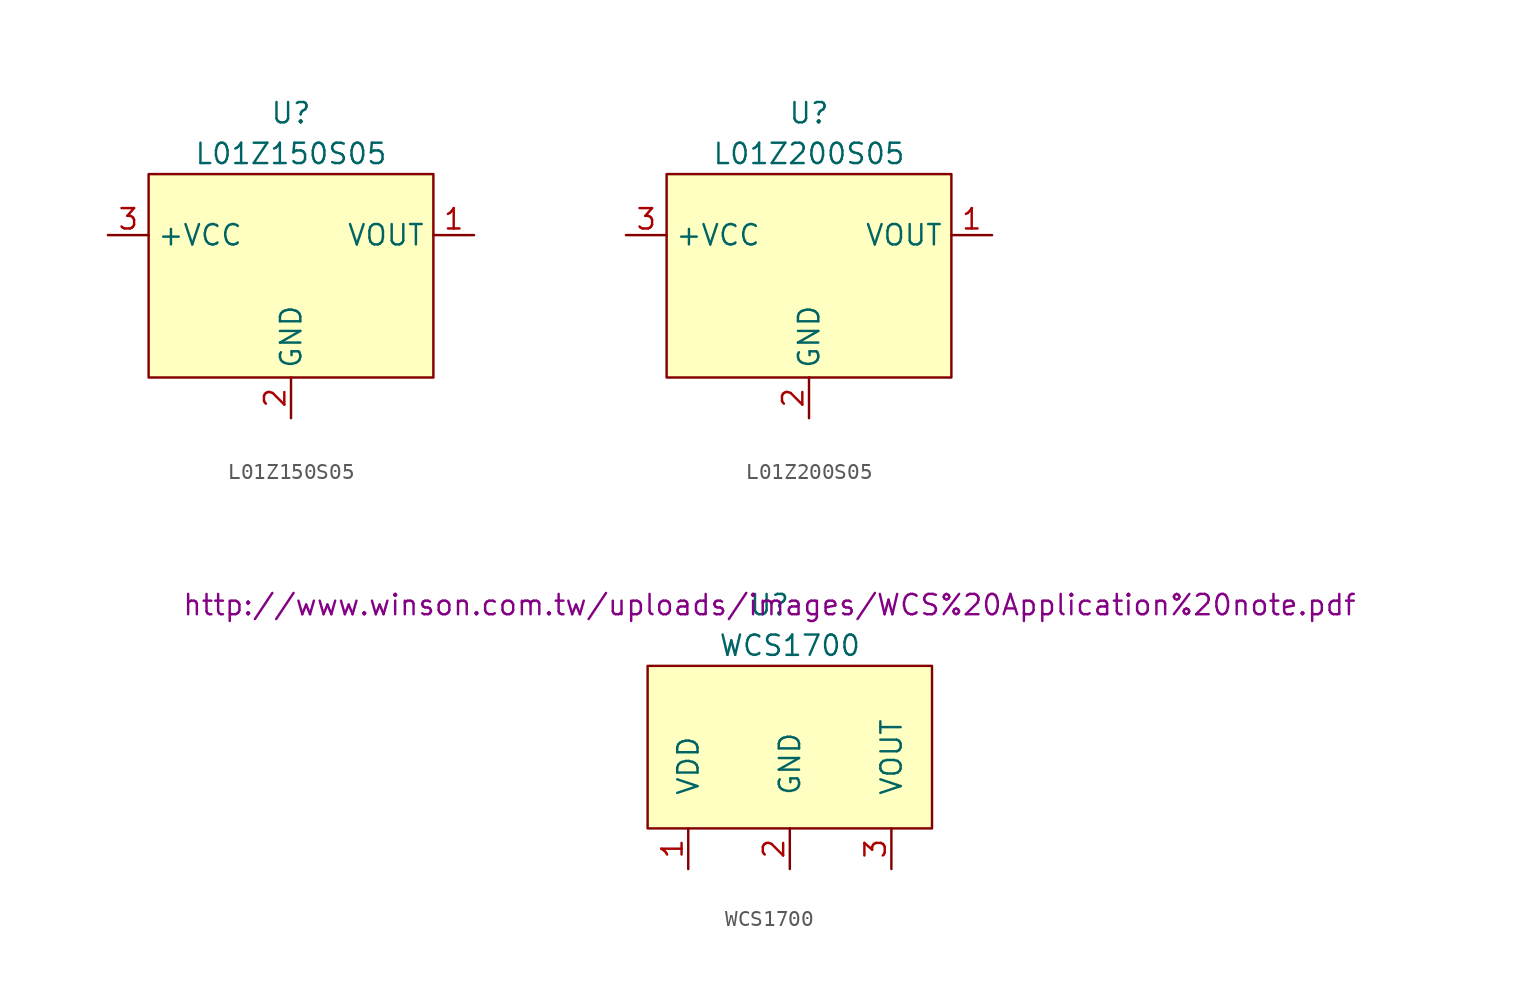
<source format=kicad_sym>
(kicad_symbol_lib
  (version 20211014)
  (generator kicad_symbol_editor)
  (symbol "L01Z150S05"
    (property "Reference" "U"
      (at 0 2.54 0)
      (effects (font (size 1.27 1.27))))
    (property "Value" "L01Z150S05"
      (at 0 0 0)
      (effects (font (size 1.27 1.27))))
    (symbol "L01Z150S05_0_1"
      (rectangle (start -8.89 -1.27) (end 8.89 -13.97) (stroke (width 0) (type default) (color 0 0 0 0)) (fill (type background))))
    (symbol "L01Z150S05_1_1"
      (pin output line (at 11.43 -5.08 180) (length 2.54) (name "VOUT" (effects (font (size 1.27 1.27)))) (number "1" (effects (font (size 1.27 1.27)))))
      (pin power_in line (at 0 -16.51 90) (length 2.54) (name "GND" (effects (font (size 1.27 1.27)))) (number "2" (effects (font (size 1.27 1.27)))))
      (pin power_in line (at -11.43 -5.08 0) (length 2.54) (name "+VCC" (effects (font (size 1.27 1.27)))) (number "3" (effects (font (size 1.27 1.27)))))
      (pin power_in line (at 0 -16.51 90) (length 2.54) hide (name "MNT" (effects (font (size 1.27 1.27)))) (number "4" (effects (font (size 1.27 1.27)))))
      (pin power_in line (at 0 -16.51 90) (length 2.54) hide (name "MNT" (effects (font (size 1.27 1.27)))) (number "5" (effects (font (size 1.27 1.27)))))))
  (symbol "L01Z200S05"
    (property "Reference" "U"
      (at 0 2.54 0)
      (effects (font (size 1.27 1.27))))
    (property "Value" "L01Z200S05"
      (at 0 0 0)
      (effects (font (size 1.27 1.27))))
    (symbol "L01Z200S05_0_1"
      (rectangle (start -8.89 -1.27) (end 8.89 -13.97) (stroke (width 0) (type default) (color 0 0 0 0)) (fill (type background))))
    (symbol "L01Z200S05_1_1"
      (pin output line (at 11.43 -5.08 180) (length 2.54) (name "VOUT" (effects (font (size 1.27 1.27)))) (number "1" (effects (font (size 1.27 1.27)))))
      (pin power_in line (at 0 -16.51 90) (length 2.54) (name "GND" (effects (font (size 1.27 1.27)))) (number "2" (effects (font (size 1.27 1.27)))))
      (pin power_in line (at -11.43 -5.08 0) (length 2.54) (name "+VCC" (effects (font (size 1.27 1.27)))) (number "3" (effects (font (size 1.27 1.27)))))
      (pin power_in line (at 0 -16.51 90) (length 2.54) hide (name "MNT" (effects (font (size 1.27 1.27)))) (number "4" (effects (font (size 1.27 1.27)))))
      (pin power_in line (at 0 -16.51 90) (length 2.54) hide (name "MNT" (effects (font (size 1.27 1.27)))) (number "5" (effects (font (size 1.27 1.27)))))))
  (symbol "WCS1700"
    (pin_names
      (offset 2))
    (property "Reference" "U"
      (at 0 0 0)
      (effects (font (size 1.27 1.27))))
    (property "Value" "WCS1700"
      (at 1.27 -2.54 0)
      (effects (font (size 1.27 1.27))))
    (property "Application Note" "http://www.winson.com.tw/uploads/images/WCS%20Application%20note.pdf"
      (at 0 0 0)
      (effects (font (size 1.27 1.27))))
    (symbol "WCS1700_0_1"
      (rectangle (start -7.62 -3.81) (end 10.16 -13.97) (stroke (width 0) (type default) (color 0 0 0 0)) (fill (type background))))
    (symbol "WCS1700_1_1"
      (pin power_in line (at -5.08 -16.51 90) (length 2.54) (name "VDD" (effects (font (size 1.27 1.27)))) (number "1" (effects (font (size 1.27 1.27)))))
      (pin power_in line (at 1.27 -16.51 90) (length 2.54) (name "GND" (effects (font (size 1.27 1.27)))) (number "2" (effects (font (size 1.27 1.27)))))
      (pin output line (at 7.62 -16.51 90) (length 2.54) (name "VOUT" (effects (font (size 1.27 1.27)))) (number "3" (effects (font (size 1.27 1.27)))))
      (pin input line (at 1.27 -16.51 90) (length 2.54) hide (name "MP" (effects (font (size 1.27 1.27)))) (number "4" (effects (font (size 1.27 1.27)))))
      (pin input line (at 1.27 -16.51 90) (length 2.54) hide (name "MP" (effects (font (size 1.27 1.27)))) (number "5" (effects (font (size 1.27 1.27))))))))
</source>
